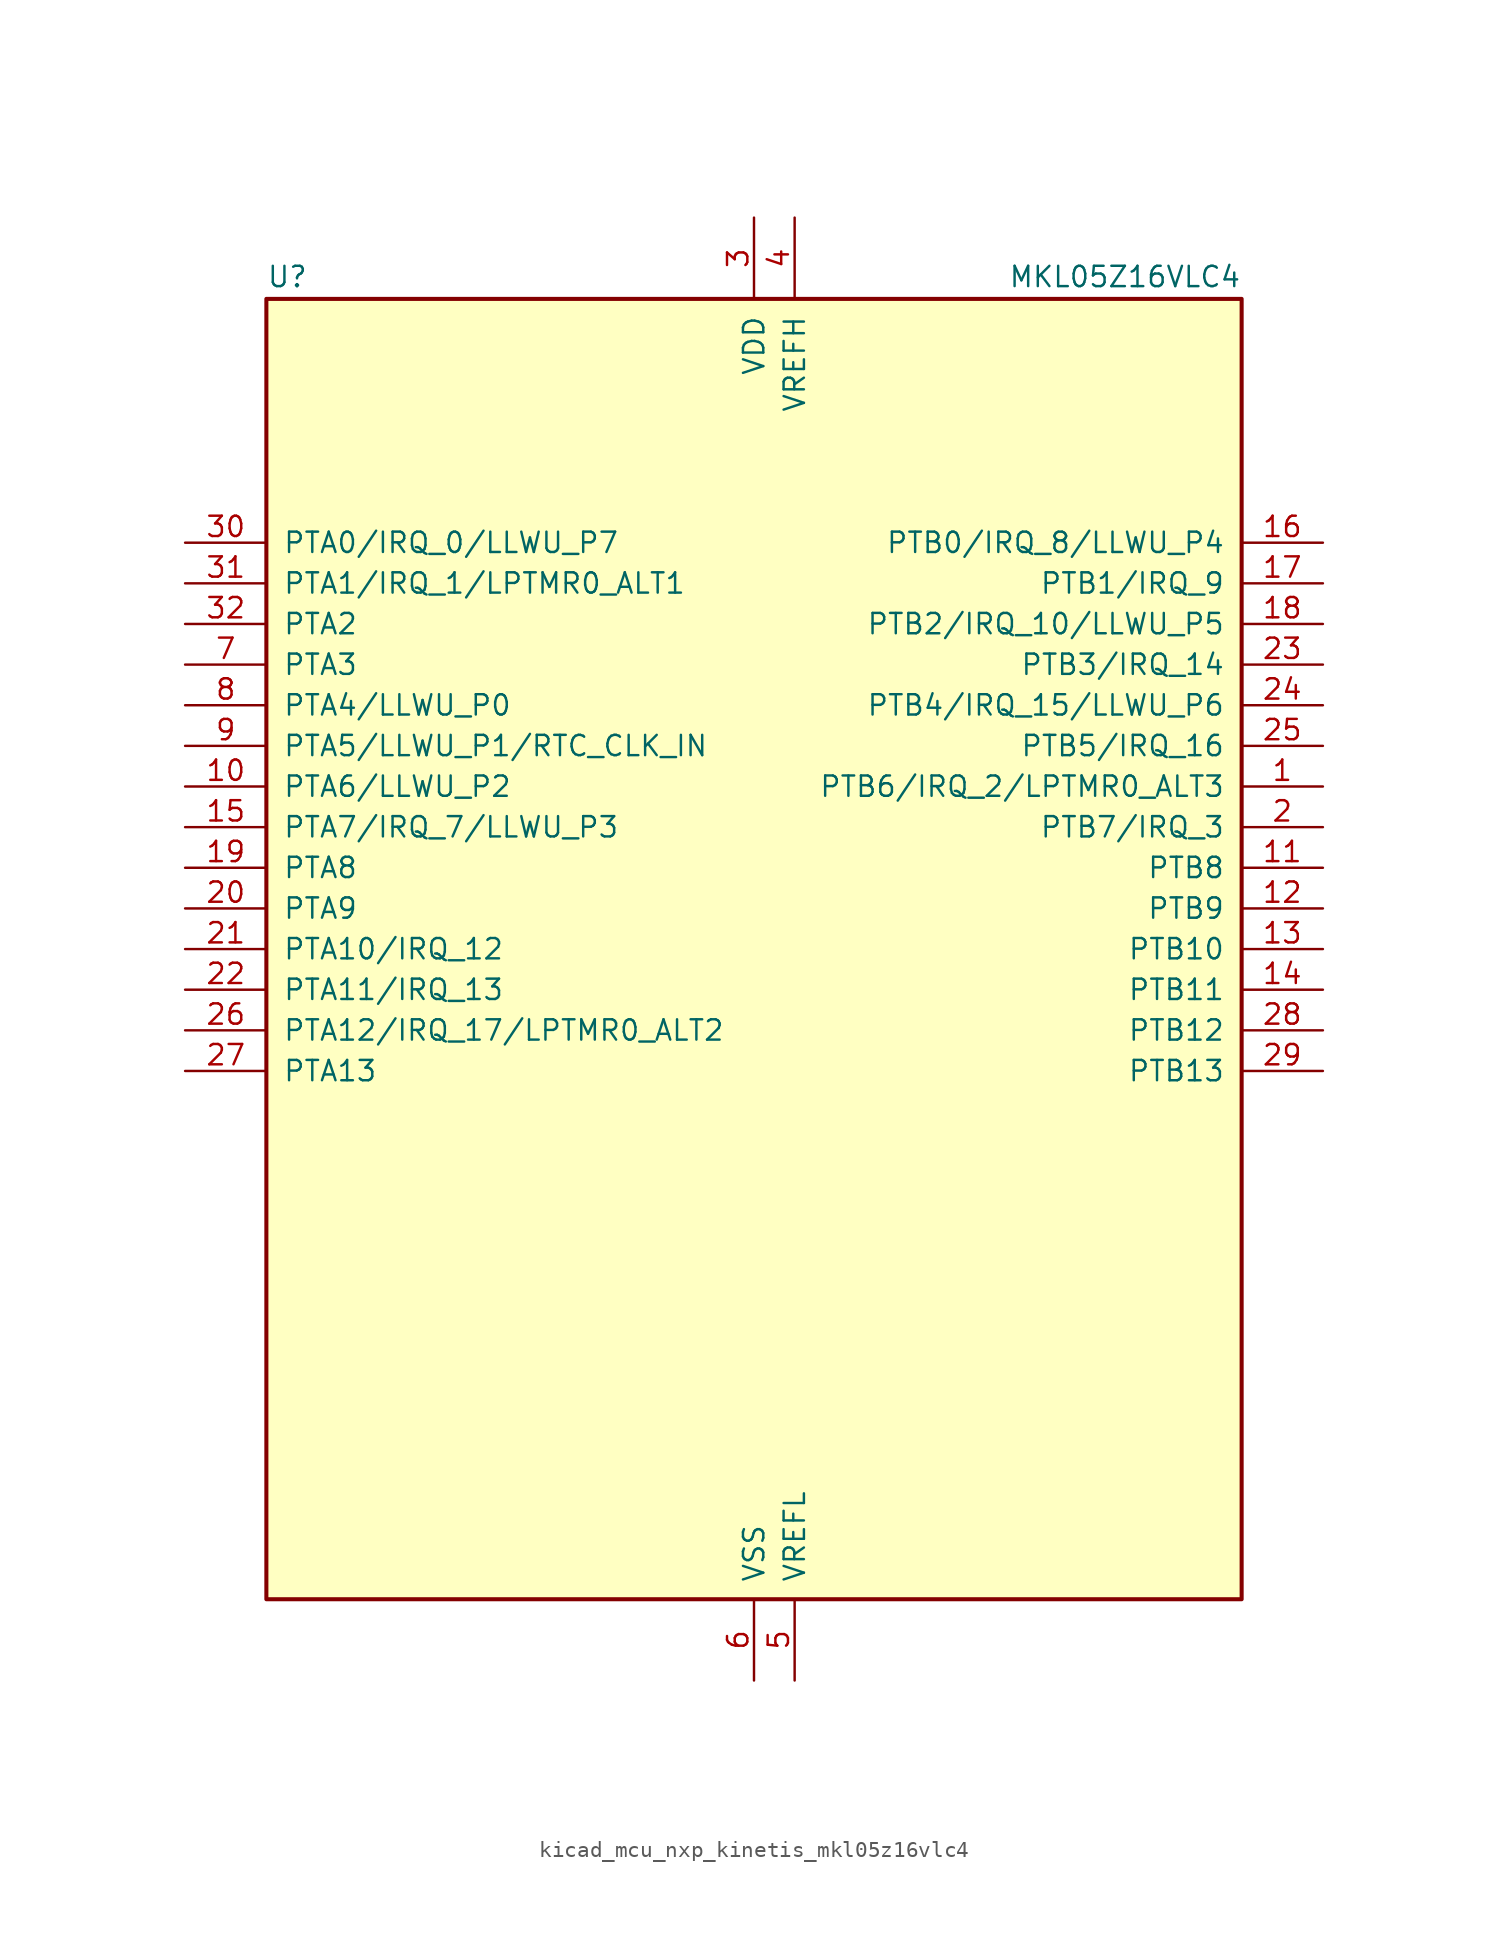
<source format=kicad_sym>
(kicad_symbol_lib
  (version 20220914)
  (generator kicad_symbol_editor)
  (symbol "kicad_mcu_nxp_kinetis_mkl05z16vlc4"
    (pin_names
      (offset 1.016))
    (property "Reference" "U"
      (at -30.48 41.275 0)
      (effects (font (size 1.27 1.27)) (justify left bottom)))
    (property "Value" "MKL05Z16VLC4"
      (at 30.48 41.275 0)
      (effects (font (size 1.27 1.27)) (justify right bottom)))
    (symbol "kicad_mcu_nxp_kinetis_mkl05z16vlc4_0_1"
      (rectangle (start -30.48 40.64) (end 30.48 -40.64) (stroke (width 0.254) (type default)) (fill (type background))))
    (symbol "kicad_mcu_nxp_kinetis_mkl05z16vlc4_1_1"
      (pin bidirectional line (at 35.56 10.16 180) (length 5.08) (name "PTB6/IRQ_2/LPTMR0_ALT3" (effects (font (size 1.27 1.27)))) (number "1" (effects (font (size 1.27 1.27)))))
      (pin bidirectional line (at -35.56 10.16 0) (length 5.08) (name "PTA6/LLWU_P2" (effects (font (size 1.27 1.27)))) (number "10" (effects (font (size 1.27 1.27)))))
      (pin bidirectional line (at 35.56 5.08 180) (length 5.08) (name "PTB8" (effects (font (size 1.27 1.27)))) (number "11" (effects (font (size 1.27 1.27)))))
      (pin bidirectional line (at 35.56 2.54 180) (length 5.08) (name "PTB9" (effects (font (size 1.27 1.27)))) (number "12" (effects (font (size 1.27 1.27)))))
      (pin bidirectional line (at 35.56 0 180) (length 5.08) (name "PTB10" (effects (font (size 1.27 1.27)))) (number "13" (effects (font (size 1.27 1.27)))))
      (pin bidirectional line (at 35.56 -2.54 180) (length 5.08) (name "PTB11" (effects (font (size 1.27 1.27)))) (number "14" (effects (font (size 1.27 1.27)))))
      (pin bidirectional line (at -35.56 7.62 0) (length 5.08) (name "PTA7/IRQ_7/LLWU_P3" (effects (font (size 1.27 1.27)))) (number "15" (effects (font (size 1.27 1.27)))))
      (pin bidirectional line (at 35.56 25.4 180) (length 5.08) (name "PTB0/IRQ_8/LLWU_P4" (effects (font (size 1.27 1.27)))) (number "16" (effects (font (size 1.27 1.27)))))
      (pin bidirectional line (at 35.56 22.86 180) (length 5.08) (name "PTB1/IRQ_9" (effects (font (size 1.27 1.27)))) (number "17" (effects (font (size 1.27 1.27)))))
      (pin bidirectional line (at 35.56 20.32 180) (length 5.08) (name "PTB2/IRQ_10/LLWU_P5" (effects (font (size 1.27 1.27)))) (number "18" (effects (font (size 1.27 1.27)))))
      (pin bidirectional line (at -35.56 5.08 0) (length 5.08) (name "PTA8" (effects (font (size 1.27 1.27)))) (number "19" (effects (font (size 1.27 1.27)))))
      (pin bidirectional line (at 35.56 7.62 180) (length 5.08) (name "PTB7/IRQ_3" (effects (font (size 1.27 1.27)))) (number "2" (effects (font (size 1.27 1.27)))))
      (pin bidirectional line (at -35.56 2.54 0) (length 5.08) (name "PTA9" (effects (font (size 1.27 1.27)))) (number "20" (effects (font (size 1.27 1.27)))))
      (pin bidirectional line (at -35.56 0 0) (length 5.08) (name "PTA10/IRQ_12" (effects (font (size 1.27 1.27)))) (number "21" (effects (font (size 1.27 1.27)))))
      (pin bidirectional line (at -35.56 -2.54 0) (length 5.08) (name "PTA11/IRQ_13" (effects (font (size 1.27 1.27)))) (number "22" (effects (font (size 1.27 1.27)))))
      (pin bidirectional line (at 35.56 17.78 180) (length 5.08) (name "PTB3/IRQ_14" (effects (font (size 1.27 1.27)))) (number "23" (effects (font (size 1.27 1.27)))))
      (pin bidirectional line (at 35.56 15.24 180) (length 5.08) (name "PTB4/IRQ_15/LLWU_P6" (effects (font (size 1.27 1.27)))) (number "24" (effects (font (size 1.27 1.27)))))
      (pin bidirectional line (at 35.56 12.7 180) (length 5.08) (name "PTB5/IRQ_16" (effects (font (size 1.27 1.27)))) (number "25" (effects (font (size 1.27 1.27)))))
      (pin bidirectional line (at -35.56 -5.08 0) (length 5.08) (name "PTA12/IRQ_17/LPTMR0_ALT2" (effects (font (size 1.27 1.27)))) (number "26" (effects (font (size 1.27 1.27)))))
      (pin bidirectional line (at -35.56 -7.62 0) (length 5.08) (name "PTA13" (effects (font (size 1.27 1.27)))) (number "27" (effects (font (size 1.27 1.27)))))
      (pin bidirectional line (at 35.56 -5.08 180) (length 5.08) (name "PTB12" (effects (font (size 1.27 1.27)))) (number "28" (effects (font (size 1.27 1.27)))))
      (pin bidirectional line (at 35.56 -7.62 180) (length 5.08) (name "PTB13" (effects (font (size 1.27 1.27)))) (number "29" (effects (font (size 1.27 1.27)))))
      (pin power_in line (at 0 45.72 270) (length 5.08) (name "VDD" (effects (font (size 1.27 1.27)))) (number "3" (effects (font (size 1.27 1.27)))))
      (pin bidirectional line (at -35.56 25.4 0) (length 5.08) (name "PTA0/IRQ_0/LLWU_P7" (effects (font (size 1.27 1.27)))) (number "30" (effects (font (size 1.27 1.27)))))
      (pin bidirectional line (at -35.56 22.86 0) (length 5.08) (name "PTA1/IRQ_1/LPTMR0_ALT1" (effects (font (size 1.27 1.27)))) (number "31" (effects (font (size 1.27 1.27)))))
      (pin bidirectional line (at -35.56 20.32 0) (length 5.08) (name "PTA2" (effects (font (size 1.27 1.27)))) (number "32" (effects (font (size 1.27 1.27)))))
      (pin power_in line (at 2.54 45.72 270) (length 5.08) (name "VREFH" (effects (font (size 1.27 1.27)))) (number "4" (effects (font (size 1.27 1.27)))))
      (pin power_in line (at 2.54 -45.72 90) (length 5.08) (name "VREFL" (effects (font (size 1.27 1.27)))) (number "5" (effects (font (size 1.27 1.27)))))
      (pin power_in line (at 0 -45.72 90) (length 5.08) (name "VSS" (effects (font (size 1.27 1.27)))) (number "6" (effects (font (size 1.27 1.27)))))
      (pin bidirectional line (at -35.56 17.78 0) (length 5.08) (name "PTA3" (effects (font (size 1.27 1.27)))) (number "7" (effects (font (size 1.27 1.27)))))
      (pin bidirectional line (at -35.56 15.24 0) (length 5.08) (name "PTA4/LLWU_P0" (effects (font (size 1.27 1.27)))) (number "8" (effects (font (size 1.27 1.27)))))
      (pin bidirectional line (at -35.56 12.7 0) (length 5.08) (name "PTA5/LLWU_P1/RTC_CLK_IN" (effects (font (size 1.27 1.27)))) (number "9" (effects (font (size 1.27 1.27))))))))
</source>
